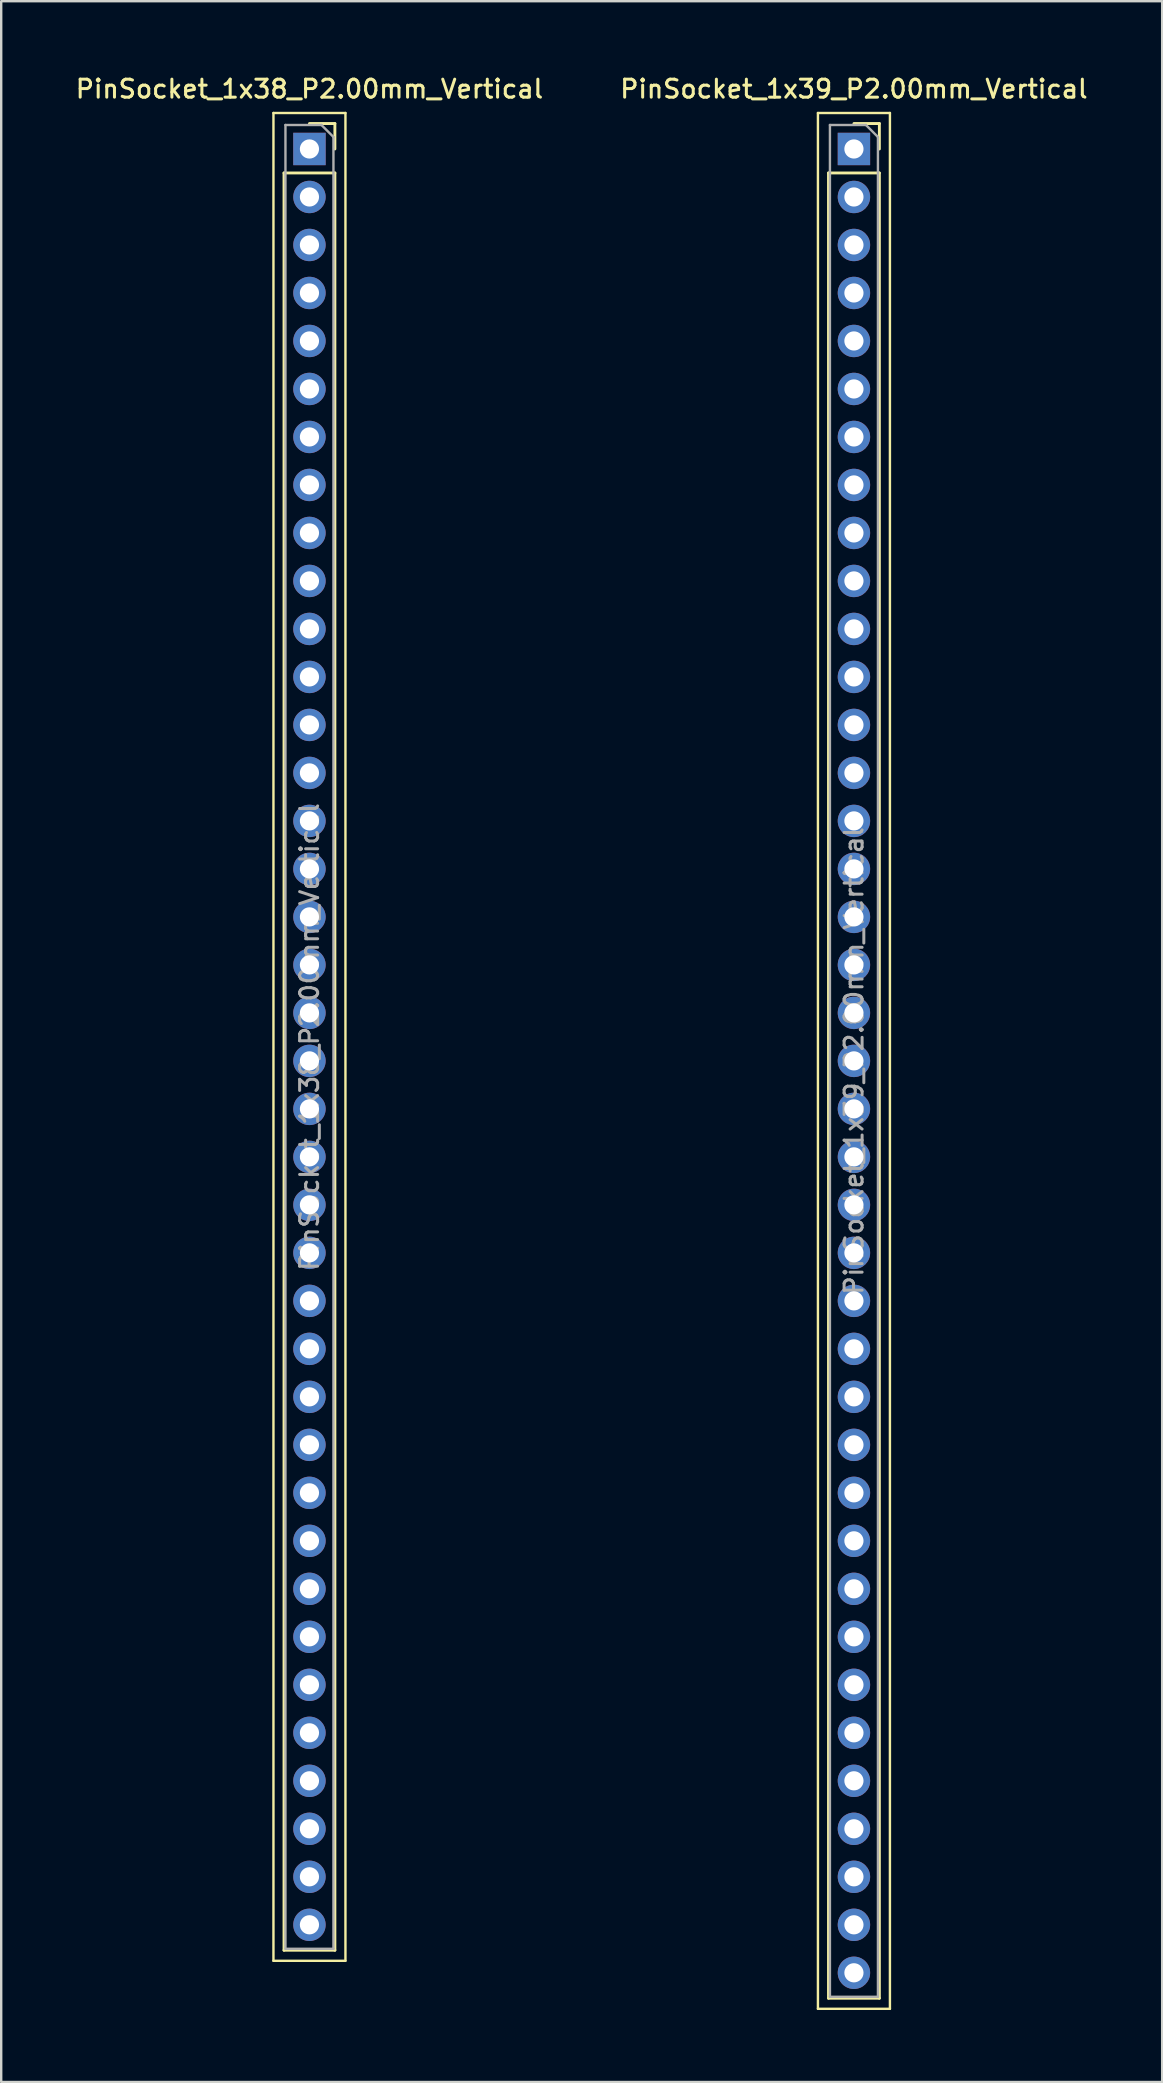
<source format=kicad_pcb>
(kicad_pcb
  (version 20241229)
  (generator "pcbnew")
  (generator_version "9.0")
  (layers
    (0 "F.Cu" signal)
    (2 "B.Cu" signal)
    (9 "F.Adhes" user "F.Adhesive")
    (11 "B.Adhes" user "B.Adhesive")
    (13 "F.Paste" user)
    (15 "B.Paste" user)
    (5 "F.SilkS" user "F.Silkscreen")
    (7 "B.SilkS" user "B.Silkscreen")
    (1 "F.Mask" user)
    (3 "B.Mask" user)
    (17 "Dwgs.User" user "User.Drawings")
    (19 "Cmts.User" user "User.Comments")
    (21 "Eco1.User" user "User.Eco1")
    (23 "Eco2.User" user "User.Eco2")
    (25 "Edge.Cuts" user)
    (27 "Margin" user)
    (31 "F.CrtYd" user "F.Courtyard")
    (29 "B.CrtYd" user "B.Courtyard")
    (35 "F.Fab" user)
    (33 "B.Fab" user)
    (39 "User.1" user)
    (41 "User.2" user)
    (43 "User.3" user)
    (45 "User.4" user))
  (footprint "PinSocket_1x38_P2.00mm_Vertical"
    (layer "F.Cu")
    (at 9.845 3.158)
    (property "Reference" "PinSocket_1x38_P2.00mm_Vertical" (at 0 -2.5 0) (layer "F.SilkS") (effects (font (size 0.75 0.75) (thickness 0.125))))
    (attr through_hole)
    (fp_line (start -1.5 -1.5) (end 1.5 -1.5) (stroke (width 0.1) (type solid)) (layer "F.SilkS"))
    (fp_line (start -1.5 75.5) (end -1.5 -1.5) (stroke (width 0.1) (type solid)) (layer "F.SilkS"))
    (fp_line (start -1.06 1) (end -1.06 75.06) (stroke (width 0.12) (type solid)) (layer "F.SilkS"))
    (fp_line (start -1.06 1) (end 1.06 1) (stroke (width 0.12) (type solid)) (layer "F.SilkS"))
    (fp_line (start -1.06 75.06) (end 1.06 75.06) (stroke (width 0.12) (type solid)) (layer "F.SilkS"))
    (fp_line (start 0 -1.06) (end 1.06 -1.06) (stroke (width 0.12) (type solid)) (layer "F.SilkS"))
    (fp_line (start 1.06 -1.06) (end 1.06 0) (stroke (width 0.12) (type solid)) (layer "F.SilkS"))
    (fp_line (start 1.06 1) (end 1.06 75.06) (stroke (width 0.12) (type solid)) (layer "F.SilkS"))
    (fp_line (start 1.5 -1.5) (end 1.5 75.5) (stroke (width 0.1) (type solid)) (layer "F.SilkS"))
    (fp_line (start 1.5 75.5) (end -1.5 75.5) (stroke (width 0.1) (type solid)) (layer "F.SilkS"))
    (fp_line (start -1 -1) (end 0.5 -1) (stroke (width 0.1) (type solid)) (layer "F.Fab"))
    (fp_line (start -1 75) (end -1 -1) (stroke (width 0.1) (type solid)) (layer "F.Fab"))
    (fp_line (start 0.5 -1) (end 1 -0.5) (stroke (width 0.1) (type solid)) (layer "F.Fab"))
    (fp_line (start 1 -0.5) (end 1 75) (stroke (width 0.1) (type solid)) (layer "F.Fab"))
    (fp_line (start 1 75) (end -1 75) (stroke (width 0.1) (type solid)) (layer "F.Fab"))
    (fp_text user "${REFERENCE}" (at 0 37 90) (layer "F.Fab") (effects (font (size 0.75 0.75) (thickness 0.125))))
    (pad "1" thru_hole rect (at 0 0) (size 1.35 1.35) (drill 0.8) (layers "*.Cu" "*.Mask"))
    (pad "2" thru_hole oval (at 0 2) (size 1.35 1.35) (drill 0.8) (layers "*.Cu" "*.Mask"))
    (pad "3" thru_hole oval (at 0 4) (size 1.35 1.35) (drill 0.8) (layers "*.Cu" "*.Mask"))
    (pad "4" thru_hole oval (at 0 6) (size 1.35 1.35) (drill 0.8) (layers "*.Cu" "*.Mask"))
    (pad "5" thru_hole oval (at 0 8) (size 1.35 1.35) (drill 0.8) (layers "*.Cu" "*.Mask"))
    (pad "6" thru_hole oval (at 0 10) (size 1.35 1.35) (drill 0.8) (layers "*.Cu" "*.Mask"))
    (pad "7" thru_hole oval (at 0 12) (size 1.35 1.35) (drill 0.8) (layers "*.Cu" "*.Mask"))
    (pad "8" thru_hole oval (at 0 14) (size 1.35 1.35) (drill 0.8) (layers "*.Cu" "*.Mask"))
    (pad "9" thru_hole oval (at 0 16) (size 1.35 1.35) (drill 0.8) (layers "*.Cu" "*.Mask"))
    (pad "10" thru_hole oval (at 0 18) (size 1.35 1.35) (drill 0.8) (layers "*.Cu" "*.Mask"))
    (pad "11" thru_hole oval (at 0 20) (size 1.35 1.35) (drill 0.8) (layers "*.Cu" "*.Mask"))
    (pad "12" thru_hole oval (at 0 22) (size 1.35 1.35) (drill 0.8) (layers "*.Cu" "*.Mask"))
    (pad "13" thru_hole oval (at 0 24) (size 1.35 1.35) (drill 0.8) (layers "*.Cu" "*.Mask"))
    (pad "14" thru_hole oval (at 0 26) (size 1.35 1.35) (drill 0.8) (layers "*.Cu" "*.Mask"))
    (pad "15" thru_hole oval (at 0 28) (size 1.35 1.35) (drill 0.8) (layers "*.Cu" "*.Mask"))
    (pad "16" thru_hole oval (at 0 30) (size 1.35 1.35) (drill 0.8) (layers "*.Cu" "*.Mask"))
    (pad "17" thru_hole oval (at 0 32) (size 1.35 1.35) (drill 0.8) (layers "*.Cu" "*.Mask"))
    (pad "18" thru_hole oval (at 0 34) (size 1.35 1.35) (drill 0.8) (layers "*.Cu" "*.Mask"))
    (pad "19" thru_hole oval (at 0 36) (size 1.35 1.35) (drill 0.8) (layers "*.Cu" "*.Mask"))
    (pad "20" thru_hole oval (at 0 38) (size 1.35 1.35) (drill 0.8) (layers "*.Cu" "*.Mask"))
    (pad "21" thru_hole oval (at 0 40) (size 1.35 1.35) (drill 0.8) (layers "*.Cu" "*.Mask"))
    (pad "22" thru_hole oval (at 0 42) (size 1.35 1.35) (drill 0.8) (layers "*.Cu" "*.Mask"))
    (pad "23" thru_hole oval (at 0 44) (size 1.35 1.35) (drill 0.8) (layers "*.Cu" "*.Mask"))
    (pad "24" thru_hole oval (at 0 46) (size 1.35 1.35) (drill 0.8) (layers "*.Cu" "*.Mask"))
    (pad "25" thru_hole oval (at 0 48) (size 1.35 1.35) (drill 0.8) (layers "*.Cu" "*.Mask"))
    (pad "26" thru_hole oval (at 0 50) (size 1.35 1.35) (drill 0.8) (layers "*.Cu" "*.Mask"))
    (pad "27" thru_hole oval (at 0 52) (size 1.35 1.35) (drill 0.8) (layers "*.Cu" "*.Mask"))
    (pad "28" thru_hole oval (at 0 54) (size 1.35 1.35) (drill 0.8) (layers "*.Cu" "*.Mask"))
    (pad "29" thru_hole oval (at 0 56) (size 1.35 1.35) (drill 0.8) (layers "*.Cu" "*.Mask"))
    (pad "30" thru_hole oval (at 0 58) (size 1.35 1.35) (drill 0.8) (layers "*.Cu" "*.Mask"))
    (pad "31" thru_hole oval (at 0 60) (size 1.35 1.35) (drill 0.8) (layers "*.Cu" "*.Mask"))
    (pad "32" thru_hole oval (at 0 62) (size 1.35 1.35) (drill 0.8) (layers "*.Cu" "*.Mask"))
    (pad "33" thru_hole oval (at 0 64) (size 1.35 1.35) (drill 0.8) (layers "*.Cu" "*.Mask"))
    (pad "34" thru_hole oval (at 0 66) (size 1.35 1.35) (drill 0.8) (layers "*.Cu" "*.Mask"))
    (pad "35" thru_hole oval (at 0 68) (size 1.35 1.35) (drill 0.8) (layers "*.Cu" "*.Mask"))
    (pad "36" thru_hole oval (at 0 70) (size 1.35 1.35) (drill 0.8) (layers "*.Cu" "*.Mask"))
    (pad "37" thru_hole oval (at 0 72) (size 1.35 1.35) (drill 0.8) (layers "*.Cu" "*.Mask"))
    (pad "38" thru_hole oval (at 0 74) (size 1.35 1.35) (drill 0.8) (layers "*.Cu" "*.Mask")))
  (footprint "PinSocket_1x39_P2.00mm_Vertical"
    (layer "F.Cu")
    (at 32.534 3.158)
    (property "Reference" "PinSocket_1x39_P2.00mm_Vertical" (at 0 -2.5 0) (layer "F.SilkS") (effects (font (size 0.75 0.75) (thickness 0.125))))
    (attr through_hole)
    (fp_line (start -1.5 -1.5) (end 1.5 -1.5) (stroke (width 0.1) (type solid)) (layer "F.SilkS"))
    (fp_line (start -1.5 77.5) (end -1.5 -1.5) (stroke (width 0.1) (type solid)) (layer "F.SilkS"))
    (fp_line (start -1.06 1) (end -1.06 77.06) (stroke (width 0.12) (type solid)) (layer "F.SilkS"))
    (fp_line (start -1.06 1) (end 1.06 1) (stroke (width 0.12) (type solid)) (layer "F.SilkS"))
    (fp_line (start -1.06 77.06) (end 1.06 77.06) (stroke (width 0.12) (type solid)) (layer "F.SilkS"))
    (fp_line (start 0 -1.06) (end 1.06 -1.06) (stroke (width 0.12) (type solid)) (layer "F.SilkS"))
    (fp_line (start 1.06 -1.06) (end 1.06 0) (stroke (width 0.12) (type solid)) (layer "F.SilkS"))
    (fp_line (start 1.06 1) (end 1.06 77.06) (stroke (width 0.12) (type solid)) (layer "F.SilkS"))
    (fp_line (start 1.5 -1.5) (end 1.5 77.5) (stroke (width 0.1) (type solid)) (layer "F.SilkS"))
    (fp_line (start 1.5 77.5) (end -1.5 77.5) (stroke (width 0.1) (type solid)) (layer "F.SilkS"))
    (fp_line (start -1 -1) (end 0.5 -1) (stroke (width 0.1) (type solid)) (layer "F.Fab"))
    (fp_line (start -1 77) (end -1 -1) (stroke (width 0.1) (type solid)) (layer "F.Fab"))
    (fp_line (start 0.5 -1) (end 1 -0.5) (stroke (width 0.1) (type solid)) (layer "F.Fab"))
    (fp_line (start 1 -0.5) (end 1 77) (stroke (width 0.1) (type solid)) (layer "F.Fab"))
    (fp_line (start 1 77) (end -1 77) (stroke (width 0.1) (type solid)) (layer "F.Fab"))
    (fp_text user "${REFERENCE}" (at 0 38 90) (layer "F.Fab") (effects (font (size 0.75 0.75) (thickness 0.125))))
    (pad "1" thru_hole rect (at 0 0) (size 1.35 1.35) (drill 0.8) (layers "*.Cu" "*.Mask"))
    (pad "2" thru_hole oval (at 0 2) (size 1.35 1.35) (drill 0.8) (layers "*.Cu" "*.Mask"))
    (pad "3" thru_hole oval (at 0 4) (size 1.35 1.35) (drill 0.8) (layers "*.Cu" "*.Mask"))
    (pad "4" thru_hole oval (at 0 6) (size 1.35 1.35) (drill 0.8) (layers "*.Cu" "*.Mask"))
    (pad "5" thru_hole oval (at 0 8) (size 1.35 1.35) (drill 0.8) (layers "*.Cu" "*.Mask"))
    (pad "6" thru_hole oval (at 0 10) (size 1.35 1.35) (drill 0.8) (layers "*.Cu" "*.Mask"))
    (pad "7" thru_hole oval (at 0 12) (size 1.35 1.35) (drill 0.8) (layers "*.Cu" "*.Mask"))
    (pad "8" thru_hole oval (at 0 14) (size 1.35 1.35) (drill 0.8) (layers "*.Cu" "*.Mask"))
    (pad "9" thru_hole oval (at 0 16) (size 1.35 1.35) (drill 0.8) (layers "*.Cu" "*.Mask"))
    (pad "10" thru_hole oval (at 0 18) (size 1.35 1.35) (drill 0.8) (layers "*.Cu" "*.Mask"))
    (pad "11" thru_hole oval (at 0 20) (size 1.35 1.35) (drill 0.8) (layers "*.Cu" "*.Mask"))
    (pad "12" thru_hole oval (at 0 22) (size 1.35 1.35) (drill 0.8) (layers "*.Cu" "*.Mask"))
    (pad "13" thru_hole oval (at 0 24) (size 1.35 1.35) (drill 0.8) (layers "*.Cu" "*.Mask"))
    (pad "14" thru_hole oval (at 0 26) (size 1.35 1.35) (drill 0.8) (layers "*.Cu" "*.Mask"))
    (pad "15" thru_hole oval (at 0 28) (size 1.35 1.35) (drill 0.8) (layers "*.Cu" "*.Mask"))
    (pad "16" thru_hole oval (at 0 30) (size 1.35 1.35) (drill 0.8) (layers "*.Cu" "*.Mask"))
    (pad "17" thru_hole oval (at 0 32) (size 1.35 1.35) (drill 0.8) (layers "*.Cu" "*.Mask"))
    (pad "18" thru_hole oval (at 0 34) (size 1.35 1.35) (drill 0.8) (layers "*.Cu" "*.Mask"))
    (pad "19" thru_hole oval (at 0 36) (size 1.35 1.35) (drill 0.8) (layers "*.Cu" "*.Mask"))
    (pad "20" thru_hole oval (at 0 38) (size 1.35 1.35) (drill 0.8) (layers "*.Cu" "*.Mask"))
    (pad "21" thru_hole oval (at 0 40) (size 1.35 1.35) (drill 0.8) (layers "*.Cu" "*.Mask"))
    (pad "22" thru_hole oval (at 0 42) (size 1.35 1.35) (drill 0.8) (layers "*.Cu" "*.Mask"))
    (pad "23" thru_hole oval (at 0 44) (size 1.35 1.35) (drill 0.8) (layers "*.Cu" "*.Mask"))
    (pad "24" thru_hole oval (at 0 46) (size 1.35 1.35) (drill 0.8) (layers "*.Cu" "*.Mask"))
    (pad "25" thru_hole oval (at 0 48) (size 1.35 1.35) (drill 0.8) (layers "*.Cu" "*.Mask"))
    (pad "26" thru_hole oval (at 0 50) (size 1.35 1.35) (drill 0.8) (layers "*.Cu" "*.Mask"))
    (pad "27" thru_hole oval (at 0 52) (size 1.35 1.35) (drill 0.8) (layers "*.Cu" "*.Mask"))
    (pad "28" thru_hole oval (at 0 54) (size 1.35 1.35) (drill 0.8) (layers "*.Cu" "*.Mask"))
    (pad "29" thru_hole oval (at 0 56) (size 1.35 1.35) (drill 0.8) (layers "*.Cu" "*.Mask"))
    (pad "30" thru_hole oval (at 0 58) (size 1.35 1.35) (drill 0.8) (layers "*.Cu" "*.Mask"))
    (pad "31" thru_hole oval (at 0 60) (size 1.35 1.35) (drill 0.8) (layers "*.Cu" "*.Mask"))
    (pad "32" thru_hole oval (at 0 62) (size 1.35 1.35) (drill 0.8) (layers "*.Cu" "*.Mask"))
    (pad "33" thru_hole oval (at 0 64) (size 1.35 1.35) (drill 0.8) (layers "*.Cu" "*.Mask"))
    (pad "34" thru_hole oval (at 0 66) (size 1.35 1.35) (drill 0.8) (layers "*.Cu" "*.Mask"))
    (pad "35" thru_hole oval (at 0 68) (size 1.35 1.35) (drill 0.8) (layers "*.Cu" "*.Mask"))
    (pad "36" thru_hole oval (at 0 70) (size 1.35 1.35) (drill 0.8) (layers "*.Cu" "*.Mask"))
    (pad "37" thru_hole oval (at 0 72) (size 1.35 1.35) (drill 0.8) (layers "*.Cu" "*.Mask"))
    (pad "38" thru_hole oval (at 0 74) (size 1.35 1.35) (drill 0.8) (layers "*.Cu" "*.Mask"))
    (pad "39" thru_hole oval (at 0 76) (size 1.35 1.35) (drill 0.8) (layers "*.Cu" "*.Mask")))
  (gr_rect
    (start -3 -3)
    (end 45.379 83.708)
    (stroke (width 0.1) (type default))
    (fill no)
    (layer "Edge.Cuts")))
</source>
